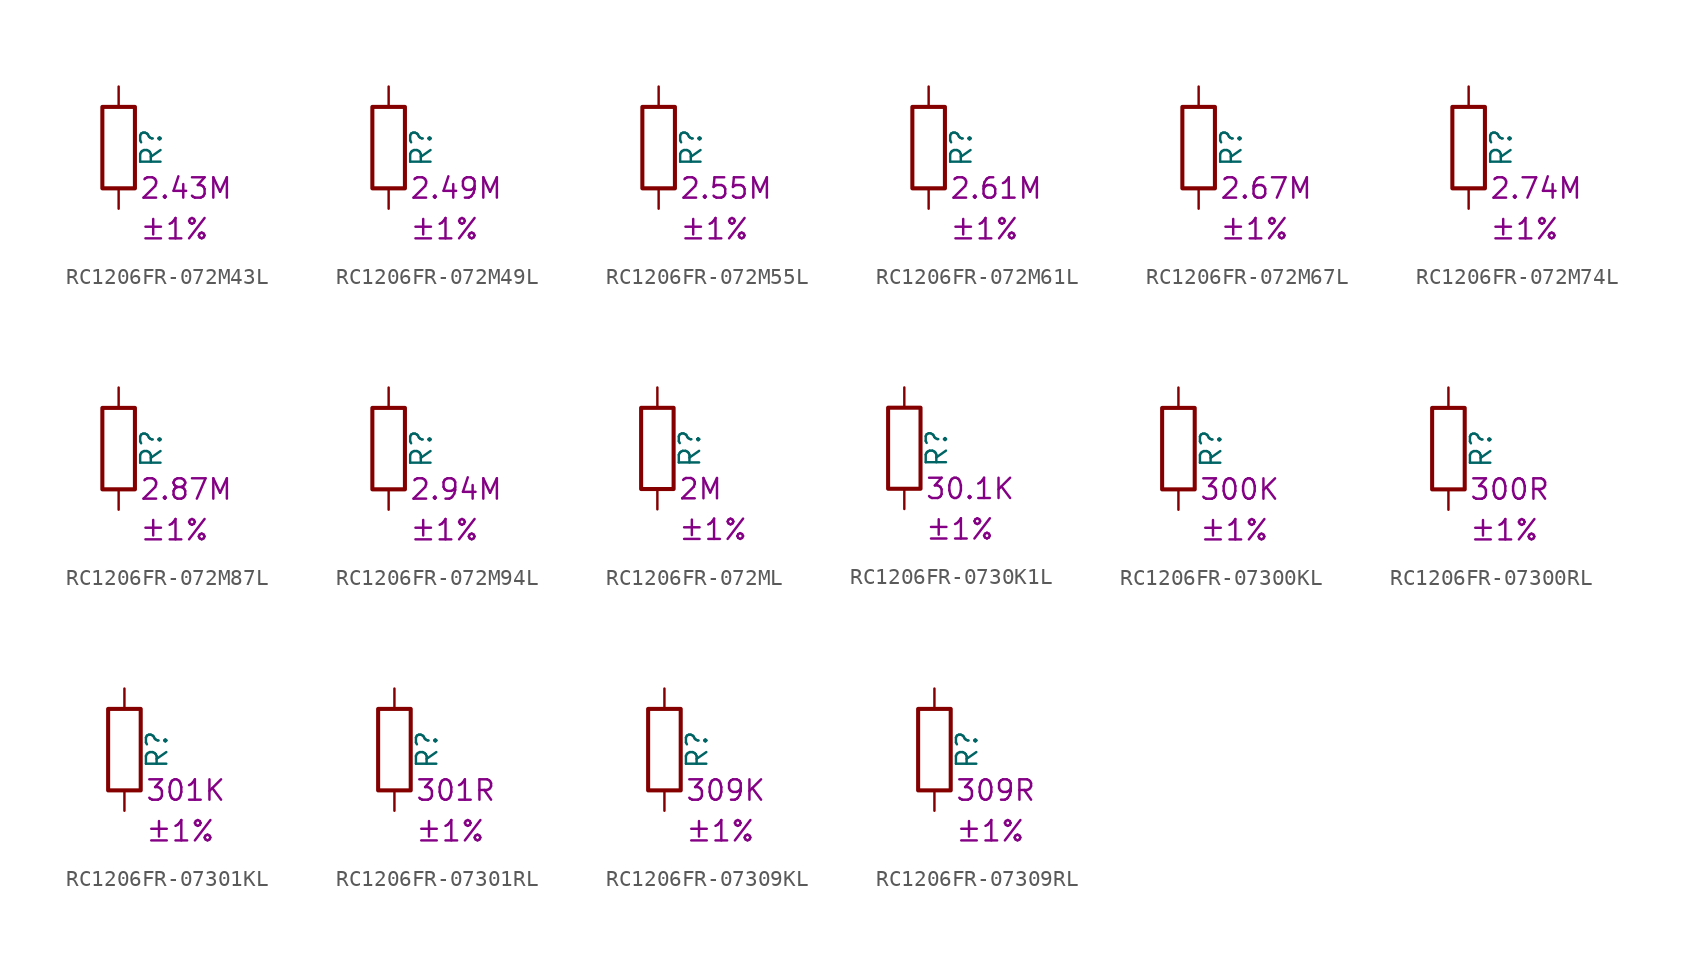
<source format=kicad_sym>
(kicad_symbol_lib
  (version 20220914)
  (generator kicad_symbol_editor)
  (symbol "RC1206FR-072M43L"
    (pin_numbers hide)
    (pin_names
      (offset 0))
    (property "Reference" "R"
      (at 2.032 0 90)
      (effects (font (size 1.27 1.27))))
    (property "Resistance" "2.43M"
      (at 1.27 -2.54 0)
      (effects (font (size 1.27 1.27)) (justify left)))
    (property "Tolerance" "±1%"
      (at 1.27 -5.08 0)
      (effects (font (size 1.27 1.27)) (justify left)))
    (symbol "RC1206FR-072M43L_0_1"
      (rectangle (start -1.016 -2.54) (end 1.016 2.54) (stroke (width 0.254) (type default)) (fill (type none))))
    (symbol "RC1206FR-072M43L_1_1"
      (pin passive line (at 0 3.81 270) (length 1.27) (name "~" (effects (font (size 1.27 1.27)))) (number "1" (effects (font (size 1.27 1.27)))))
      (pin passive line (at 0 -3.81 90) (length 1.27) (name "~" (effects (font (size 1.27 1.27)))) (number "2" (effects (font (size 1.27 1.27)))))))
  (symbol "RC1206FR-072M49L"
    (pin_numbers hide)
    (pin_names
      (offset 0))
    (property "Reference" "R"
      (at 2.032 0 90)
      (effects (font (size 1.27 1.27))))
    (property "Resistance" "2.49M"
      (at 1.27 -2.54 0)
      (effects (font (size 1.27 1.27)) (justify left)))
    (property "Tolerance" "±1%"
      (at 1.27 -5.08 0)
      (effects (font (size 1.27 1.27)) (justify left)))
    (symbol "RC1206FR-072M49L_0_1"
      (rectangle (start -1.016 -2.54) (end 1.016 2.54) (stroke (width 0.254) (type default)) (fill (type none))))
    (symbol "RC1206FR-072M49L_1_1"
      (pin passive line (at 0 3.81 270) (length 1.27) (name "~" (effects (font (size 1.27 1.27)))) (number "1" (effects (font (size 1.27 1.27)))))
      (pin passive line (at 0 -3.81 90) (length 1.27) (name "~" (effects (font (size 1.27 1.27)))) (number "2" (effects (font (size 1.27 1.27)))))))
  (symbol "RC1206FR-072M55L"
    (pin_numbers hide)
    (pin_names
      (offset 0))
    (property "Reference" "R"
      (at 2.032 0 90)
      (effects (font (size 1.27 1.27))))
    (property "Resistance" "2.55M"
      (at 1.27 -2.54 0)
      (effects (font (size 1.27 1.27)) (justify left)))
    (property "Tolerance" "±1%"
      (at 1.27 -5.08 0)
      (effects (font (size 1.27 1.27)) (justify left)))
    (symbol "RC1206FR-072M55L_0_1"
      (rectangle (start -1.016 -2.54) (end 1.016 2.54) (stroke (width 0.254) (type default)) (fill (type none))))
    (symbol "RC1206FR-072M55L_1_1"
      (pin passive line (at 0 3.81 270) (length 1.27) (name "~" (effects (font (size 1.27 1.27)))) (number "1" (effects (font (size 1.27 1.27)))))
      (pin passive line (at 0 -3.81 90) (length 1.27) (name "~" (effects (font (size 1.27 1.27)))) (number "2" (effects (font (size 1.27 1.27)))))))
  (symbol "RC1206FR-072M61L"
    (pin_numbers hide)
    (pin_names
      (offset 0))
    (property "Reference" "R"
      (at 2.032 0 90)
      (effects (font (size 1.27 1.27))))
    (property "Resistance" "2.61M"
      (at 1.27 -2.54 0)
      (effects (font (size 1.27 1.27)) (justify left)))
    (property "Tolerance" "±1%"
      (at 1.27 -5.08 0)
      (effects (font (size 1.27 1.27)) (justify left)))
    (symbol "RC1206FR-072M61L_0_1"
      (rectangle (start -1.016 -2.54) (end 1.016 2.54) (stroke (width 0.254) (type default)) (fill (type none))))
    (symbol "RC1206FR-072M61L_1_1"
      (pin passive line (at 0 3.81 270) (length 1.27) (name "~" (effects (font (size 1.27 1.27)))) (number "1" (effects (font (size 1.27 1.27)))))
      (pin passive line (at 0 -3.81 90) (length 1.27) (name "~" (effects (font (size 1.27 1.27)))) (number "2" (effects (font (size 1.27 1.27)))))))
  (symbol "RC1206FR-072M67L"
    (pin_numbers hide)
    (pin_names
      (offset 0))
    (property "Reference" "R"
      (at 2.032 0 90)
      (effects (font (size 1.27 1.27))))
    (property "Resistance" "2.67M"
      (at 1.27 -2.54 0)
      (effects (font (size 1.27 1.27)) (justify left)))
    (property "Tolerance" "±1%"
      (at 1.27 -5.08 0)
      (effects (font (size 1.27 1.27)) (justify left)))
    (symbol "RC1206FR-072M67L_0_1"
      (rectangle (start -1.016 -2.54) (end 1.016 2.54) (stroke (width 0.254) (type default)) (fill (type none))))
    (symbol "RC1206FR-072M67L_1_1"
      (pin passive line (at 0 3.81 270) (length 1.27) (name "~" (effects (font (size 1.27 1.27)))) (number "1" (effects (font (size 1.27 1.27)))))
      (pin passive line (at 0 -3.81 90) (length 1.27) (name "~" (effects (font (size 1.27 1.27)))) (number "2" (effects (font (size 1.27 1.27)))))))
  (symbol "RC1206FR-072M74L"
    (pin_numbers hide)
    (pin_names
      (offset 0))
    (property "Reference" "R"
      (at 2.032 0 90)
      (effects (font (size 1.27 1.27))))
    (property "Resistance" "2.74M"
      (at 1.27 -2.54 0)
      (effects (font (size 1.27 1.27)) (justify left)))
    (property "Tolerance" "±1%"
      (at 1.27 -5.08 0)
      (effects (font (size 1.27 1.27)) (justify left)))
    (symbol "RC1206FR-072M74L_0_1"
      (rectangle (start -1.016 -2.54) (end 1.016 2.54) (stroke (width 0.254) (type default)) (fill (type none))))
    (symbol "RC1206FR-072M74L_1_1"
      (pin passive line (at 0 3.81 270) (length 1.27) (name "~" (effects (font (size 1.27 1.27)))) (number "1" (effects (font (size 1.27 1.27)))))
      (pin passive line (at 0 -3.81 90) (length 1.27) (name "~" (effects (font (size 1.27 1.27)))) (number "2" (effects (font (size 1.27 1.27)))))))
  (symbol "RC1206FR-072M87L"
    (pin_numbers hide)
    (pin_names
      (offset 0))
    (property "Reference" "R"
      (at 2.032 0 90)
      (effects (font (size 1.27 1.27))))
    (property "Resistance" "2.87M"
      (at 1.27 -2.54 0)
      (effects (font (size 1.27 1.27)) (justify left)))
    (property "Tolerance" "±1%"
      (at 1.27 -5.08 0)
      (effects (font (size 1.27 1.27)) (justify left)))
    (symbol "RC1206FR-072M87L_0_1"
      (rectangle (start -1.016 -2.54) (end 1.016 2.54) (stroke (width 0.254) (type default)) (fill (type none))))
    (symbol "RC1206FR-072M87L_1_1"
      (pin passive line (at 0 3.81 270) (length 1.27) (name "~" (effects (font (size 1.27 1.27)))) (number "1" (effects (font (size 1.27 1.27)))))
      (pin passive line (at 0 -3.81 90) (length 1.27) (name "~" (effects (font (size 1.27 1.27)))) (number "2" (effects (font (size 1.27 1.27)))))))
  (symbol "RC1206FR-072M94L"
    (pin_numbers hide)
    (pin_names
      (offset 0))
    (property "Reference" "R"
      (at 2.032 0 90)
      (effects (font (size 1.27 1.27))))
    (property "Resistance" "2.94M"
      (at 1.27 -2.54 0)
      (effects (font (size 1.27 1.27)) (justify left)))
    (property "Tolerance" "±1%"
      (at 1.27 -5.08 0)
      (effects (font (size 1.27 1.27)) (justify left)))
    (symbol "RC1206FR-072M94L_0_1"
      (rectangle (start -1.016 -2.54) (end 1.016 2.54) (stroke (width 0.254) (type default)) (fill (type none))))
    (symbol "RC1206FR-072M94L_1_1"
      (pin passive line (at 0 3.81 270) (length 1.27) (name "~" (effects (font (size 1.27 1.27)))) (number "1" (effects (font (size 1.27 1.27)))))
      (pin passive line (at 0 -3.81 90) (length 1.27) (name "~" (effects (font (size 1.27 1.27)))) (number "2" (effects (font (size 1.27 1.27)))))))
  (symbol "RC1206FR-072ML"
    (pin_numbers hide)
    (pin_names
      (offset 0))
    (property "Reference" "R"
      (at 2.032 0 90)
      (effects (font (size 1.27 1.27))))
    (property "Resistance" "2M"
      (at 1.27 -2.54 0)
      (effects (font (size 1.27 1.27)) (justify left)))
    (property "Tolerance" "±1%"
      (at 1.27 -5.08 0)
      (effects (font (size 1.27 1.27)) (justify left)))
    (symbol "RC1206FR-072ML_0_1"
      (rectangle (start -1.016 -2.54) (end 1.016 2.54) (stroke (width 0.254) (type default)) (fill (type none))))
    (symbol "RC1206FR-072ML_1_1"
      (pin passive line (at 0 3.81 270) (length 1.27) (name "~" (effects (font (size 1.27 1.27)))) (number "1" (effects (font (size 1.27 1.27)))))
      (pin passive line (at 0 -3.81 90) (length 1.27) (name "~" (effects (font (size 1.27 1.27)))) (number "2" (effects (font (size 1.27 1.27)))))))
  (symbol "RC1206FR-0730K1L"
    (pin_numbers hide)
    (pin_names
      (offset 0))
    (property "Reference" "R"
      (at 2.032 0 90)
      (effects (font (size 1.27 1.27))))
    (property "Resistance" "30.1K"
      (at 1.27 -2.54 0)
      (effects (font (size 1.27 1.27)) (justify left)))
    (property "Tolerance" "±1%"
      (at 1.27 -5.08 0)
      (effects (font (size 1.27 1.27)) (justify left)))
    (symbol "RC1206FR-0730K1L_0_1"
      (rectangle (start -1.016 -2.54) (end 1.016 2.54) (stroke (width 0.254) (type default)) (fill (type none))))
    (symbol "RC1206FR-0730K1L_1_1"
      (pin passive line (at 0 3.81 270) (length 1.27) (name "~" (effects (font (size 1.27 1.27)))) (number "1" (effects (font (size 1.27 1.27)))))
      (pin passive line (at 0 -3.81 90) (length 1.27) (name "~" (effects (font (size 1.27 1.27)))) (number "2" (effects (font (size 1.27 1.27)))))))
  (symbol "RC1206FR-07300KL"
    (pin_numbers hide)
    (pin_names
      (offset 0))
    (property "Reference" "R"
      (at 2.032 0 90)
      (effects (font (size 1.27 1.27))))
    (property "Resistance" "300K"
      (at 1.27 -2.54 0)
      (effects (font (size 1.27 1.27)) (justify left)))
    (property "Tolerance" "±1%"
      (at 1.27 -5.08 0)
      (effects (font (size 1.27 1.27)) (justify left)))
    (symbol "RC1206FR-07300KL_0_1"
      (rectangle (start -1.016 -2.54) (end 1.016 2.54) (stroke (width 0.254) (type default)) (fill (type none))))
    (symbol "RC1206FR-07300KL_1_1"
      (pin passive line (at 0 3.81 270) (length 1.27) (name "~" (effects (font (size 1.27 1.27)))) (number "1" (effects (font (size 1.27 1.27)))))
      (pin passive line (at 0 -3.81 90) (length 1.27) (name "~" (effects (font (size 1.27 1.27)))) (number "2" (effects (font (size 1.27 1.27)))))))
  (symbol "RC1206FR-07300RL"
    (pin_numbers hide)
    (pin_names
      (offset 0))
    (property "Reference" "R"
      (at 2.032 0 90)
      (effects (font (size 1.27 1.27))))
    (property "Resistance" "300R"
      (at 1.27 -2.54 0)
      (effects (font (size 1.27 1.27)) (justify left)))
    (property "Tolerance" "±1%"
      (at 1.27 -5.08 0)
      (effects (font (size 1.27 1.27)) (justify left)))
    (symbol "RC1206FR-07300RL_0_1"
      (rectangle (start -1.016 -2.54) (end 1.016 2.54) (stroke (width 0.254) (type default)) (fill (type none))))
    (symbol "RC1206FR-07300RL_1_1"
      (pin passive line (at 0 3.81 270) (length 1.27) (name "~" (effects (font (size 1.27 1.27)))) (number "1" (effects (font (size 1.27 1.27)))))
      (pin passive line (at 0 -3.81 90) (length 1.27) (name "~" (effects (font (size 1.27 1.27)))) (number "2" (effects (font (size 1.27 1.27)))))))
  (symbol "RC1206FR-07301KL"
    (pin_numbers hide)
    (pin_names
      (offset 0))
    (property "Reference" "R"
      (at 2.032 0 90)
      (effects (font (size 1.27 1.27))))
    (property "Resistance" "301K"
      (at 1.27 -2.54 0)
      (effects (font (size 1.27 1.27)) (justify left)))
    (property "Tolerance" "±1%"
      (at 1.27 -5.08 0)
      (effects (font (size 1.27 1.27)) (justify left)))
    (symbol "RC1206FR-07301KL_0_1"
      (rectangle (start -1.016 -2.54) (end 1.016 2.54) (stroke (width 0.254) (type default)) (fill (type none))))
    (symbol "RC1206FR-07301KL_1_1"
      (pin passive line (at 0 3.81 270) (length 1.27) (name "~" (effects (font (size 1.27 1.27)))) (number "1" (effects (font (size 1.27 1.27)))))
      (pin passive line (at 0 -3.81 90) (length 1.27) (name "~" (effects (font (size 1.27 1.27)))) (number "2" (effects (font (size 1.27 1.27)))))))
  (symbol "RC1206FR-07301RL"
    (pin_numbers hide)
    (pin_names
      (offset 0))
    (property "Reference" "R"
      (at 2.032 0 90)
      (effects (font (size 1.27 1.27))))
    (property "Resistance" "301R"
      (at 1.27 -2.54 0)
      (effects (font (size 1.27 1.27)) (justify left)))
    (property "Tolerance" "±1%"
      (at 1.27 -5.08 0)
      (effects (font (size 1.27 1.27)) (justify left)))
    (symbol "RC1206FR-07301RL_0_1"
      (rectangle (start -1.016 -2.54) (end 1.016 2.54) (stroke (width 0.254) (type default)) (fill (type none))))
    (symbol "RC1206FR-07301RL_1_1"
      (pin passive line (at 0 3.81 270) (length 1.27) (name "~" (effects (font (size 1.27 1.27)))) (number "1" (effects (font (size 1.27 1.27)))))
      (pin passive line (at 0 -3.81 90) (length 1.27) (name "~" (effects (font (size 1.27 1.27)))) (number "2" (effects (font (size 1.27 1.27)))))))
  (symbol "RC1206FR-07309KL"
    (pin_numbers hide)
    (pin_names
      (offset 0))
    (property "Reference" "R"
      (at 2.032 0 90)
      (effects (font (size 1.27 1.27))))
    (property "Resistance" "309K"
      (at 1.27 -2.54 0)
      (effects (font (size 1.27 1.27)) (justify left)))
    (property "Tolerance" "±1%"
      (at 1.27 -5.08 0)
      (effects (font (size 1.27 1.27)) (justify left)))
    (symbol "RC1206FR-07309KL_0_1"
      (rectangle (start -1.016 -2.54) (end 1.016 2.54) (stroke (width 0.254) (type default)) (fill (type none))))
    (symbol "RC1206FR-07309KL_1_1"
      (pin passive line (at 0 3.81 270) (length 1.27) (name "~" (effects (font (size 1.27 1.27)))) (number "1" (effects (font (size 1.27 1.27)))))
      (pin passive line (at 0 -3.81 90) (length 1.27) (name "~" (effects (font (size 1.27 1.27)))) (number "2" (effects (font (size 1.27 1.27)))))))
  (symbol "RC1206FR-07309RL"
    (pin_numbers hide)
    (pin_names
      (offset 0))
    (property "Reference" "R"
      (at 2.032 0 90)
      (effects (font (size 1.27 1.27))))
    (property "Resistance" "309R"
      (at 1.27 -2.54 0)
      (effects (font (size 1.27 1.27)) (justify left)))
    (property "Tolerance" "±1%"
      (at 1.27 -5.08 0)
      (effects (font (size 1.27 1.27)) (justify left)))
    (symbol "RC1206FR-07309RL_0_1"
      (rectangle (start -1.016 -2.54) (end 1.016 2.54) (stroke (width 0.254) (type default)) (fill (type none))))
    (symbol "RC1206FR-07309RL_1_1"
      (pin passive line (at 0 3.81 270) (length 1.27) (name "~" (effects (font (size 1.27 1.27)))) (number "1" (effects (font (size 1.27 1.27)))))
      (pin passive line (at 0 -3.81 90) (length 1.27) (name "~" (effects (font (size 1.27 1.27)))) (number "2" (effects (font (size 1.27 1.27))))))))
</source>
